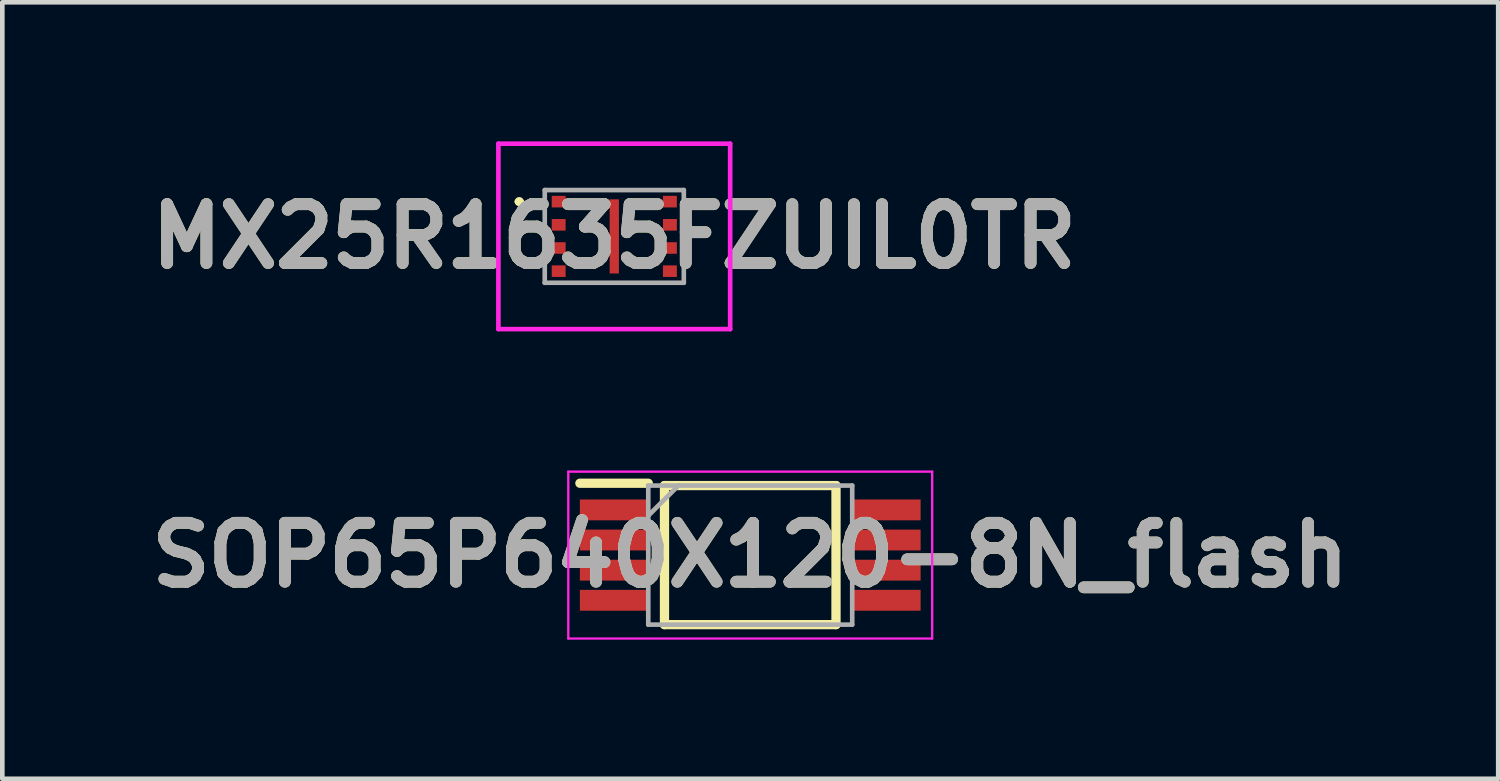
<source format=kicad_pcb>
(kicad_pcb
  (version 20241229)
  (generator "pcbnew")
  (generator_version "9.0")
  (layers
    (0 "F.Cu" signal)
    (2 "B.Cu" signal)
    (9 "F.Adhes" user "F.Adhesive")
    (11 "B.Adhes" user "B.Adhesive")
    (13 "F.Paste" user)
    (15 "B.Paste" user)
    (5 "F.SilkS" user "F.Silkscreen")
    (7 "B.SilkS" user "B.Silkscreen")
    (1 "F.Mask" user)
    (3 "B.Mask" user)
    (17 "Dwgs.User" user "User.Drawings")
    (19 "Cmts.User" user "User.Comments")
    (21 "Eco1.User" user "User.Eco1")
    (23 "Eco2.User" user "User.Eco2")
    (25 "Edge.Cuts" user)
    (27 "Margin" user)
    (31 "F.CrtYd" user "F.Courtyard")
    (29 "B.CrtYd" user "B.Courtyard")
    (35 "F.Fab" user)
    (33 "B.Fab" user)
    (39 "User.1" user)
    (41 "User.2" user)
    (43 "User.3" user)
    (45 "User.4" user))
  (footprint "MX25R1635FZUIL0TR"
    (layer "F.Cu")
    (at 10.202 2.05)
    (property "Reference" "MX25R1635FZUIL0TR" (at 0 0 0) (layer "F.SilkS") (effects (font (size 1.27 1.27) (thickness 0.254))))
    (attr smd)
    (fp_line (start -2.1 -0.75) (end -2.1 -0.75) (stroke (width 0.1) (type solid)) (layer "F.SilkS"))
    (fp_line (start -2 -0.75) (end -2 -0.75) (stroke (width 0.1) (type solid)) (layer "F.SilkS"))
    (fp_arc (start -2.1 -0.75) (mid -2.05 -0.8) (end -2 -0.75) (stroke (width 0.1) (type solid)) (layer "F.SilkS"))
    (fp_arc (start -2 -0.75) (mid -2.05 -0.7) (end -2.1 -0.75) (stroke (width 0.1) (type solid)) (layer "F.SilkS"))
    (fp_line (start -2.5 -2) (end 2.5 -2) (stroke (width 0.1) (type solid)) (layer "F.CrtYd"))
    (fp_line (start -2.5 2) (end -2.5 -2) (stroke (width 0.1) (type solid)) (layer "F.CrtYd"))
    (fp_line (start 2.5 -2) (end 2.5 2) (stroke (width 0.1) (type solid)) (layer "F.CrtYd"))
    (fp_line (start 2.5 2) (end -2.5 2) (stroke (width 0.1) (type solid)) (layer "F.CrtYd"))
    (fp_line (start -1.5 -1) (end 1.5 -1) (stroke (width 0.1) (type solid)) (layer "F.Fab"))
    (fp_line (start -1.5 1) (end -1.5 -1) (stroke (width 0.1) (type solid)) (layer "F.Fab"))
    (fp_line (start 1.5 -1) (end 1.5 1) (stroke (width 0.1) (type solid)) (layer "F.Fab"))
    (fp_line (start 1.5 1) (end -1.5 1) (stroke (width 0.1) (type solid)) (layer "F.Fab"))
    (fp_text user "${REFERENCE}" (at 0 0 0) (layer "F.Fab") (effects (font (size 1.27 1.27) (thickness 0.254))))
    (pad "1" smd rect (at -1.2 -0.75 90) (size 0.25 0.3) (layers "F.Cu" "F.Mask" "F.Paste"))
    (pad "2" smd rect (at -1.2 -0.25 90) (size 0.25 0.3) (layers "F.Cu" "F.Mask" "F.Paste"))
    (pad "3" smd rect (at -1.2 0.25 90) (size 0.25 0.3) (layers "F.Cu" "F.Mask" "F.Paste"))
    (pad "4" smd rect (at -1.2 0.75 90) (size 0.25 0.3) (layers "F.Cu" "F.Mask" "F.Paste"))
    (pad "5" smd rect (at 1.2 0.75 90) (size 0.25 0.3) (layers "F.Cu" "F.Mask" "F.Paste"))
    (pad "6" smd rect (at 1.2 0.25 90) (size 0.25 0.3) (layers "F.Cu" "F.Mask" "F.Paste"))
    (pad "7" smd rect (at 1.2 -0.25 90) (size 0.25 0.3) (layers "F.Cu" "F.Mask" "F.Paste"))
    (pad "8" smd rect (at 1.2 -0.75 90) (size 0.25 0.3) (layers "F.Cu" "F.Mask" "F.Paste"))
    (pad "9" smd rect (at 0 0) (size 0.2 1.6) (layers "F.Cu" "F.Mask" "F.Paste")))
  (footprint "SOP65P640X120-8N_flash"
    (layer "F.Cu")
    (at 13.135 8.925)
    (property "Reference" "SOP65P640X120-8N_flash" (at 0 0 0) (layer "F.SilkS") (effects (font (size 1.27 1.27) (thickness 0.254))))
    (attr smd)
    (fp_line (start -3.675 -1.55) (end -2.2 -1.55) (stroke (width 0.2) (type solid)) (layer "F.SilkS"))
    (fp_line (start -1.85 -1.5) (end 1.85 -1.5) (stroke (width 0.2) (type solid)) (layer "F.SilkS"))
    (fp_line (start -1.85 1.5) (end -1.85 -1.5) (stroke (width 0.2) (type solid)) (layer "F.SilkS"))
    (fp_line (start 1.85 -1.5) (end 1.85 1.5) (stroke (width 0.2) (type solid)) (layer "F.SilkS"))
    (fp_line (start 1.85 1.5) (end -1.85 1.5) (stroke (width 0.2) (type solid)) (layer "F.SilkS"))
    (fp_line (start -3.925 -1.8) (end 3.925 -1.8) (stroke (width 0.05) (type solid)) (layer "F.CrtYd"))
    (fp_line (start -3.925 1.8) (end -3.925 -1.8) (stroke (width 0.05) (type solid)) (layer "F.CrtYd"))
    (fp_line (start 3.925 -1.8) (end 3.925 1.8) (stroke (width 0.05) (type solid)) (layer "F.CrtYd"))
    (fp_line (start 3.925 1.8) (end -3.925 1.8) (stroke (width 0.05) (type solid)) (layer "F.CrtYd"))
    (fp_line (start -2.2 -1.5) (end 2.2 -1.5) (stroke (width 0.1) (type solid)) (layer "F.Fab"))
    (fp_line (start -2.2 -0.85) (end -1.55 -1.5) (stroke (width 0.1) (type solid)) (layer "F.Fab"))
    (fp_line (start -2.2 1.5) (end -2.2 -1.5) (stroke (width 0.1) (type solid)) (layer "F.Fab"))
    (fp_line (start 2.2 -1.5) (end 2.2 1.5) (stroke (width 0.1) (type solid)) (layer "F.Fab"))
    (fp_line (start 2.2 1.5) (end -2.2 1.5) (stroke (width 0.1) (type solid)) (layer "F.Fab"))
    (fp_text user "${REFERENCE}" (at 0 0 0) (layer "F.Fab") (effects (font (size 1.27 1.27) (thickness 0.254))))
    (pad "1" smd rect (at -2.938 -0.975 90) (size 0.45 1.475) (layers "F.Cu" "F.Mask" "F.Paste"))
    (pad "2" smd rect (at -2.938 -0.325 90) (size 0.45 1.475) (layers "F.Cu" "F.Mask" "F.Paste"))
    (pad "3" smd rect (at -2.938 0.325 90) (size 0.45 1.475) (layers "F.Cu" "F.Mask" "F.Paste"))
    (pad "4" smd rect (at -2.938 0.975 90) (size 0.45 1.475) (layers "F.Cu" "F.Mask" "F.Paste"))
    (pad "5" smd rect (at 2.938 0.975 90) (size 0.45 1.475) (layers "F.Cu" "F.Mask" "F.Paste"))
    (pad "6" smd rect (at 2.938 0.325 90) (size 0.45 1.475) (layers "F.Cu" "F.Mask" "F.Paste"))
    (pad "7" smd rect (at 2.938 -0.325 90) (size 0.45 1.475) (layers "F.Cu" "F.Mask" "F.Paste"))
    (pad "8" smd rect (at 2.938 -0.975 90) (size 0.45 1.475) (layers "F.Cu" "F.Mask" "F.Paste")))
  (gr_rect
    (start -3 -3)
    (end 29.271 13.75)
    (stroke (width 0.1) (type default))
    (fill no)
    (layer "Edge.Cuts")))
</source>
